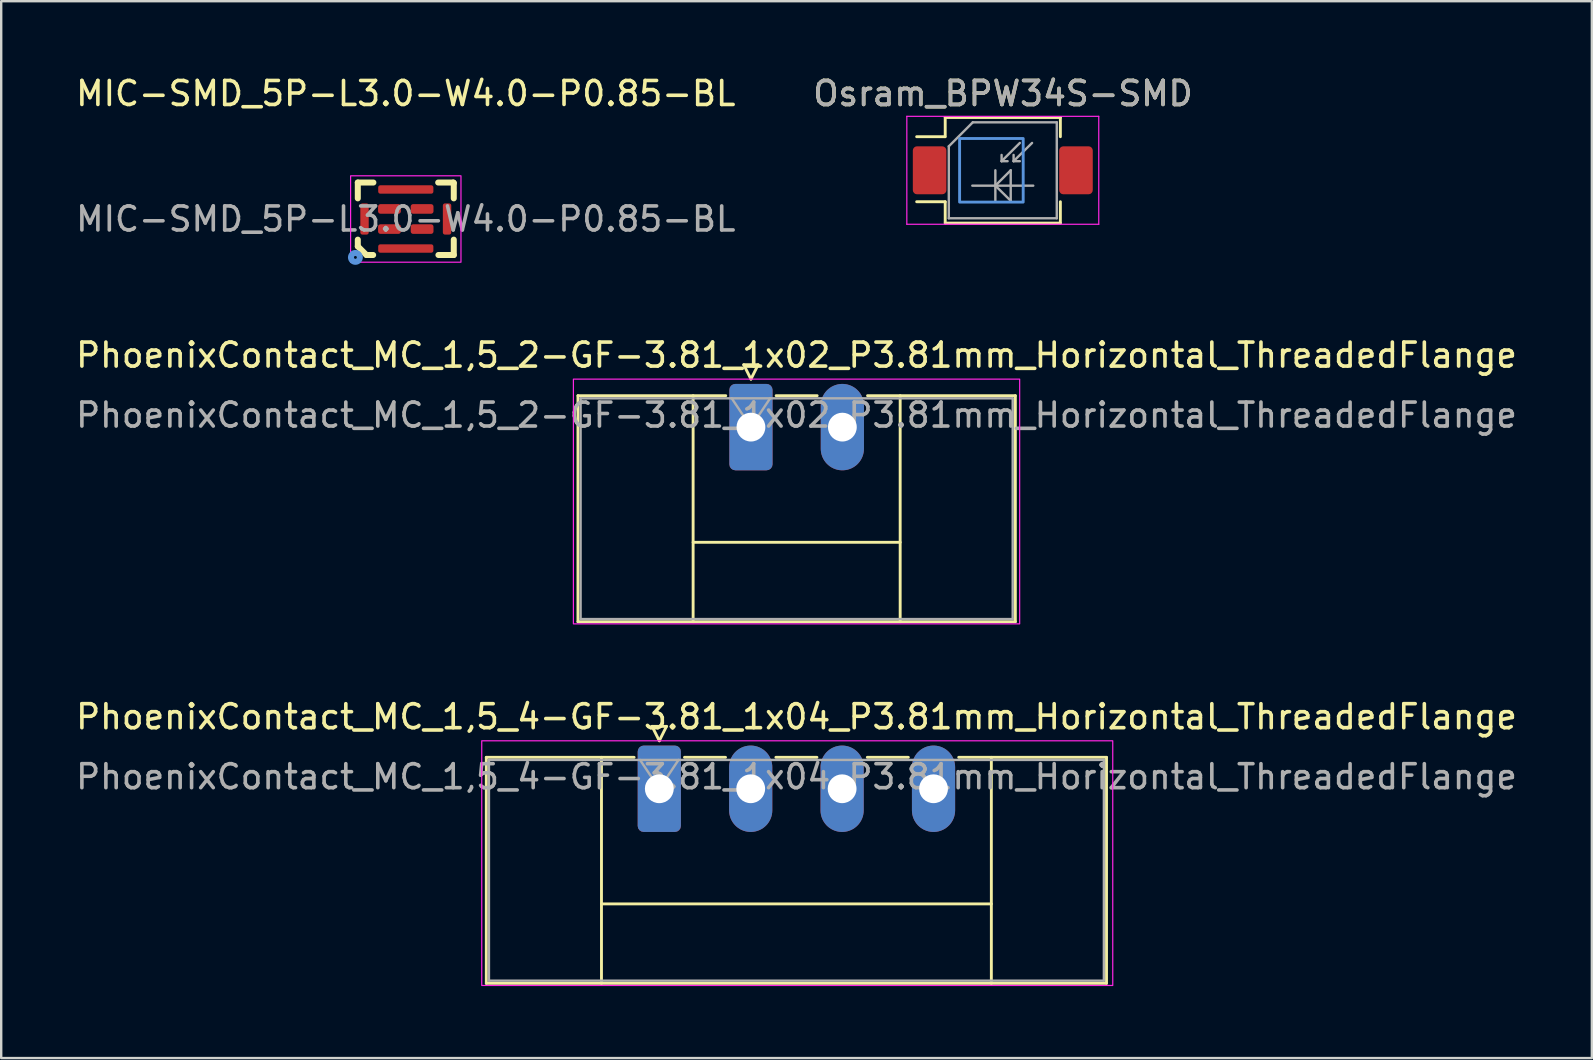
<source format=kicad_pcb>
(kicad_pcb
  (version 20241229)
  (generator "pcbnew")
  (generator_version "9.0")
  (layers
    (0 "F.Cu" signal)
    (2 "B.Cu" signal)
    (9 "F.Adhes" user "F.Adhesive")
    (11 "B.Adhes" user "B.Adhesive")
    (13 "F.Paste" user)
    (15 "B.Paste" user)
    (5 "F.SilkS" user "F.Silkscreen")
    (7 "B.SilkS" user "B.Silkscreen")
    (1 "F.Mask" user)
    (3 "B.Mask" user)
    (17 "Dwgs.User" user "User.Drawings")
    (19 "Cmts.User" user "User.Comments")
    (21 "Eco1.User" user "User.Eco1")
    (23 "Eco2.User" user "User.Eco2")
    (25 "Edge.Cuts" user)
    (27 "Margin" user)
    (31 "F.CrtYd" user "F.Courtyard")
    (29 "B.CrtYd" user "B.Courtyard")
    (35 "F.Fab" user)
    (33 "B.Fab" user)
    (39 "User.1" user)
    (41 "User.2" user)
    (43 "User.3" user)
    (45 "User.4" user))
  (footprint "MIC-SMD_5P-L3.0-W4.0-P0.85-BL"
    (layer "F.Cu")
    (at 13.863 6.078)
    (property "Reference" "MIC-SMD_5P-L3.0-W4.0-P0.85-BL" (at 0 -5.23 0) (layer "F.SilkS") (effects (font (size 1 1) (thickness 0.15))))
    (attr smd)
    (fp_line (start -2 -1.52) (end -2 -0.86) (stroke (width 0.25) (type solid)) (layer "F.SilkS"))
    (fp_line (start -2 -1.52) (end -1.35 -1.52) (stroke (width 0.25) (type solid)) (layer "F.SilkS"))
    (fp_line (start -2 0.86) (end -2 1.14) (stroke (width 0.25) (type solid)) (layer "F.SilkS"))
    (fp_line (start -2 1.14) (end -1.64 1.5) (stroke (width 0.25) (type solid)) (layer "F.SilkS"))
    (fp_line (start -1.64 1.5) (end -1.36 1.5) (stroke (width 0.25) (type solid)) (layer "F.SilkS"))
    (fp_line (start 1.35 -1.52) (end 1.98 -1.52) (stroke (width 0.25) (type solid)) (layer "F.SilkS"))
    (fp_line (start 1.36 1.5) (end 2 1.5) (stroke (width 0.25) (type solid)) (layer "F.SilkS"))
    (fp_line (start 1.98 -1.52) (end 2 -1.5) (stroke (width 0.25) (type solid)) (layer "F.SilkS"))
    (fp_line (start 2 -1.5) (end 2 -0.86) (stroke (width 0.25) (type solid)) (layer "F.SilkS"))
    (fp_line (start 2 0.86) (end 2 1.5) (stroke (width 0.25) (type solid)) (layer "F.SilkS"))
    (fp_circle (center -2.1 1.6) (end -2.04 1.6) (stroke (width 0.25) (type solid)) (fill no) (layer "Cmts.User"))
    (fp_rect (start -2.3 -1.8) (end 2.3 1.8) (stroke (width 0.05) (type default)) (fill no) (layer "F.CrtYd"))
    (fp_circle (center -2 1.5) (end -1.97 1.5) (stroke (width 0.06) (type solid)) (fill no) (layer "F.Fab"))
    (fp_text user "${REFERENCE}" (at 0 0 0) (layer "F.Fab") (effects (font (size 1 1) (thickness 0.15))))
    (pad "1" smd roundrect (at -0.68 0.42 90) (size 0.4 0.95) (layers "F.Cu" "F.Mask" "F.Paste") (roundrect_rratio 0.25))
    (pad "2" smd roundrect (at 0.68 0.42 90) (size 0.4 0.95) (layers "F.Cu" "F.Mask" "F.Paste") (roundrect_rratio 0.25))
    (pad "3" smd roundrect (at 0.68 -0.42 90) (size 0.4 0.95) (layers "F.Cu" "F.Mask" "F.Paste") (roundrect_rratio 0.25))
    (pad "4" smd roundrect (at -0.68 -0.42 90) (size 0.4 0.95) (layers "F.Cu" "F.Mask" "F.Paste") (roundrect_rratio 0.25))
    (pad "5" smd roundrect (at -1.72 0 180) (size 0.35 1.3) (layers "F.Cu" "F.Mask" "F.Paste") (roundrect_rratio 0.25))
    (pad "5" smd roundrect (at 0 -1.23 270) (size 0.35 2.3) (layers "F.Cu" "F.Mask" "F.Paste") (roundrect_rratio 0.25))
    (pad "5" smd roundrect (at 0 1.23 270) (size 0.35 2.3) (layers "F.Cu" "F.Mask" "F.Paste") (roundrect_rratio 0.25))
    (pad "5" smd roundrect (at 1.72 0 180) (size 0.35 1.3) (layers "F.Cu" "F.Mask" "F.Paste") (roundrect_rratio 0.25)))
  (footprint "PhoenixContact_MC_1,5_4-GF-3.81_1x04_P3.81mm_Horizontal_ThreadedFlange"
    (layer "F.Cu")
    (at 24.429 29.825)
    (property "Reference" "PhoenixContact_MC_1,5_4-GF-3.81_1x04_P3.81mm_Horizontal_ThreadedFlange" (at 5.72 -3 0) (layer "F.SilkS") (effects (font (size 1 1) (thickness 0.15))))
    (attr through_hole)
    (fp_line (start -7.21 -1.31) (end -7.21 8.11) (stroke (width 0.12) (type solid)) (layer "F.SilkS"))
    (fp_line (start -7.21 -1.31) (end -1.05 -1.31) (stroke (width 0.12) (type solid)) (layer "F.SilkS"))
    (fp_line (start -7.21 8.11) (end 18.64 8.11) (stroke (width 0.12) (type solid)) (layer "F.SilkS"))
    (fp_line (start -2.41 -1.31) (end -2.41 8.11) (stroke (width 0.12) (type solid)) (layer "F.SilkS"))
    (fp_line (start -2.41 4.8) (end 13.84 4.8) (stroke (width 0.12) (type solid)) (layer "F.SilkS"))
    (fp_line (start -0.3 -2.6) (end 0.3 -2.6) (stroke (width 0.12) (type solid)) (layer "F.SilkS"))
    (fp_line (start 0 -2) (end -0.3 -2.6) (stroke (width 0.12) (type solid)) (layer "F.SilkS"))
    (fp_line (start 0.3 -2.6) (end 0 -2) (stroke (width 0.12) (type solid)) (layer "F.SilkS"))
    (fp_line (start 1.05 -1.31) (end 2.76 -1.31) (stroke (width 0.12) (type solid)) (layer "F.SilkS"))
    (fp_line (start 4.86 -1.31) (end 6.57 -1.31) (stroke (width 0.12) (type solid)) (layer "F.SilkS"))
    (fp_line (start 8.67 -1.31) (end 10.38 -1.31) (stroke (width 0.12) (type solid)) (layer "F.SilkS"))
    (fp_line (start 13.84 -1.31) (end 13.84 8.11) (stroke (width 0.12) (type solid)) (layer "F.SilkS"))
    (fp_line (start 18.64 -1.31) (end 12.48 -1.31) (stroke (width 0.12) (type solid)) (layer "F.SilkS"))
    (fp_line (start 18.64 8.11) (end 18.64 -1.31) (stroke (width 0.12) (type solid)) (layer "F.SilkS"))
    (fp_rect (start -7.4 -2) (end 18.9 8.2) (stroke (width 0.05) (type default)) (fill no) (layer "F.CrtYd"))
    (fp_line (start -7.1 -1.2) (end -7.1 8) (stroke (width 0.1) (type solid)) (layer "F.Fab"))
    (fp_line (start -7.1 8) (end 18.53 8) (stroke (width 0.1) (type solid)) (layer "F.Fab"))
    (fp_line (start 0 0) (end -0.8 -1.2) (stroke (width 0.1) (type solid)) (layer "F.Fab"))
    (fp_line (start 0.8 -1.2) (end 0 0) (stroke (width 0.1) (type solid)) (layer "F.Fab"))
    (fp_line (start 18.53 -1.2) (end -7.1 -1.2) (stroke (width 0.1) (type solid)) (layer "F.Fab"))
    (fp_line (start 18.53 8) (end 18.53 -1.2) (stroke (width 0.1) (type solid)) (layer "F.Fab"))
    (fp_text user "${REFERENCE}" (at 5.72 -0.5 0) (layer "F.Fab") (effects (font (size 1 1) (thickness 0.15))))
    (pad "1" thru_hole roundrect (at 0 0) (size 1.8 3.6) (drill 1.2) (layers "*.Cu" "*.Mask") (roundrect_rratio 0.139))
    (pad "2" thru_hole oval (at 3.81 0) (size 1.8 3.6) (drill 1.2) (layers "*.Cu" "*.Mask"))
    (pad "3" thru_hole oval (at 7.62 0) (size 1.8 3.6) (drill 1.2) (layers "*.Cu" "*.Mask"))
    (pad "4" thru_hole oval (at 11.43 0) (size 1.8 3.6) (drill 1.2) (layers "*.Cu" "*.Mask")))
  (footprint "PhoenixContact_MC_1,5_2-GF-3.81_1x02_P3.81mm_Horizontal_ThreadedFlange"
    (layer "F.Cu")
    (at 28.249 14.752)
    (property "Reference" "PhoenixContact_MC_1,5_2-GF-3.81_1x02_P3.81mm_Horizontal_ThreadedFlange" (at 1.9 -3 0) (layer "F.SilkS") (effects (font (size 1 1) (thickness 0.15))))
    (attr through_hole)
    (fp_line (start -7.21 -1.31) (end -7.21 8.11) (stroke (width 0.12) (type solid)) (layer "F.SilkS"))
    (fp_line (start -7.21 -1.31) (end -1.05 -1.31) (stroke (width 0.12) (type solid)) (layer "F.SilkS"))
    (fp_line (start -7.21 8.11) (end 11.02 8.11) (stroke (width 0.12) (type solid)) (layer "F.SilkS"))
    (fp_line (start -2.41 -1.31) (end -2.41 8.11) (stroke (width 0.12) (type solid)) (layer "F.SilkS"))
    (fp_line (start -2.41 4.8) (end 6.22 4.8) (stroke (width 0.12) (type solid)) (layer "F.SilkS"))
    (fp_line (start -0.3 -2.6) (end 0.3 -2.6) (stroke (width 0.12) (type solid)) (layer "F.SilkS"))
    (fp_line (start 0 -2) (end -0.3 -2.6) (stroke (width 0.12) (type solid)) (layer "F.SilkS"))
    (fp_line (start 0.3 -2.6) (end 0 -2) (stroke (width 0.12) (type solid)) (layer "F.SilkS"))
    (fp_line (start 1.05 -1.31) (end 2.76 -1.31) (stroke (width 0.12) (type solid)) (layer "F.SilkS"))
    (fp_line (start 6.22 -1.31) (end 6.22 8.11) (stroke (width 0.12) (type solid)) (layer "F.SilkS"))
    (fp_line (start 11.02 -1.31) (end 4.86 -1.31) (stroke (width 0.12) (type solid)) (layer "F.SilkS"))
    (fp_line (start 11.02 8.11) (end 11.02 -1.31) (stroke (width 0.12) (type solid)) (layer "F.SilkS"))
    (fp_rect (start -7.4 -2) (end 11.2 8.2) (stroke (width 0.05) (type default)) (fill no) (layer "F.CrtYd"))
    (fp_line (start -7.1 -1.2) (end -7.1 8) (stroke (width 0.1) (type solid)) (layer "F.Fab"))
    (fp_line (start -7.1 8) (end 10.91 8) (stroke (width 0.1) (type solid)) (layer "F.Fab"))
    (fp_line (start 0 0) (end -0.8 -1.2) (stroke (width 0.1) (type solid)) (layer "F.Fab"))
    (fp_line (start 0.8 -1.2) (end 0 0) (stroke (width 0.1) (type solid)) (layer "F.Fab"))
    (fp_line (start 10.91 -1.2) (end -7.1 -1.2) (stroke (width 0.1) (type solid)) (layer "F.Fab"))
    (fp_line (start 10.91 8) (end 10.91 -1.2) (stroke (width 0.1) (type solid)) (layer "F.Fab"))
    (fp_text user "${REFERENCE}" (at 1.9 -0.5 0) (layer "F.Fab") (effects (font (size 1 1) (thickness 0.15))))
    (pad "1" thru_hole roundrect (at 0 0) (size 1.8 3.6) (drill 1.2) (layers "*.Cu" "*.Mask") (roundrect_rratio 0.139))
    (pad "2" thru_hole oval (at 3.81 0) (size 1.8 3.6) (drill 1.2) (layers "*.Cu" "*.Mask")))
  (footprint "Osram_BPW34S-SMD"
    (layer "F.Cu")
    (at 38.746 4.048)
    (property "Reference" "Osram_BPW34S-SMD" (at 0.01 -3.2 0) (layer "F.SilkS") (effects (font (size 1 1) (thickness 0.15))))
    (attr smd)
    (fp_line (start -3.59 1.31) (end -2.4 1.31) (stroke (width 0.12) (type solid)) (layer "F.SilkS"))
    (fp_line (start -2.41 -1.4) (end -3.59 -1.4) (stroke (width 0.12) (type solid)) (layer "F.SilkS"))
    (fp_line (start -2.4 -2.2) (end -2.4 -1.4) (stroke (width 0.12) (type solid)) (layer "F.SilkS"))
    (fp_line (start -2.4 1.31) (end -2.4 2.2) (stroke (width 0.12) (type solid)) (layer "F.SilkS"))
    (fp_line (start -2.4 2.2) (end 2.4 2.2) (stroke (width 0.12) (type solid)) (layer "F.SilkS"))
    (fp_line (start 2.4 -2.2) (end -2.4 -2.2) (stroke (width 0.12) (type solid)) (layer "F.SilkS"))
    (fp_line (start 2.4 -1.4) (end 2.4 -2.2) (stroke (width 0.12) (type solid)) (layer "F.SilkS"))
    (fp_line (start 2.4 2.2) (end 2.4 1.31) (stroke (width 0.12) (type solid)) (layer "F.SilkS"))
    (fp_rect (start -1.8 -1.325) (end 0.85 1.325) (stroke (width 0.12) (type solid)) (fill no) (layer "Cmts.User"))
    (fp_line (start -4 -2.25) (end -4 2.25) (stroke (width 0.05) (type solid)) (layer "F.CrtYd"))
    (fp_line (start -4 -2.25) (end 4 -2.25) (stroke (width 0.05) (type solid)) (layer "F.CrtYd"))
    (fp_line (start 4 2.25) (end -4 2.25) (stroke (width 0.05) (type solid)) (layer "F.CrtYd"))
    (fp_line (start 4 2.25) (end 4 -2.25) (stroke (width 0.05) (type solid)) (layer "F.CrtYd"))
    (fp_line (start -2.25 -1) (end -2.25 2) (stroke (width 0.1) (type solid)) (layer "F.Fab"))
    (fp_line (start -2.25 -1) (end -1.25 -2) (stroke (width 0.1) (type solid)) (layer "F.Fab"))
    (fp_line (start -1.27 0.64) (end 1.27 0.64) (stroke (width 0.1) (type solid)) (layer "F.Fab"))
    (fp_line (start -1.25 -2) (end 2.25 -2) (stroke (width 0.1) (type solid)) (layer "F.Fab"))
    (fp_line (start -0.31 0) (end -0.31 1.27) (stroke (width 0.1) (type solid)) (layer "F.Fab"))
    (fp_line (start -0.31 0.64) (end 0.33 0) (stroke (width 0.1) (type solid)) (layer "F.Fab"))
    (fp_line (start -0.05 -0.38) (end -0.05 -0.64) (stroke (width 0.1) (type solid)) (layer "F.Fab"))
    (fp_line (start -0.05 -0.38) (end 0.2 -0.38) (stroke (width 0.1) (type solid)) (layer "F.Fab"))
    (fp_line (start 0.33 0) (end 0.33 1.27) (stroke (width 0.1) (type solid)) (layer "F.Fab"))
    (fp_line (start 0.33 1.27) (end -0.31 0.64) (stroke (width 0.1) (type solid)) (layer "F.Fab"))
    (fp_line (start 0.45 -0.38) (end 0.45 -0.64) (stroke (width 0.1) (type solid)) (layer "F.Fab"))
    (fp_line (start 0.45 -0.38) (end 0.71 -0.38) (stroke (width 0.1) (type solid)) (layer "F.Fab"))
    (fp_line (start 0.71 -1.14) (end -0.05 -0.38) (stroke (width 0.1) (type solid)) (layer "F.Fab"))
    (fp_line (start 1.22 -1.14) (end 0.45 -0.38) (stroke (width 0.1) (type solid)) (layer "F.Fab"))
    (fp_line (start 2.25 -2) (end 2.25 2) (stroke (width 0.1) (type solid)) (layer "F.Fab"))
    (fp_line (start 2.25 2) (end -2.25 2) (stroke (width 0.1) (type solid)) (layer "F.Fab"))
    (fp_text user "${REFERENCE}" (at 0.01 -3.2 0) (layer "F.Fab") (effects (font (size 1 1) (thickness 0.15))))
    (pad "1" smd roundrect (at -3.05 0 180) (size 1.4 2) (layers "F.Cu" "F.Mask" "F.Paste") (roundrect_rratio 0.125))
    (pad "2" smd roundrect (at 3.05 0 180) (size 1.4 2) (layers "F.Cu" "F.Mask" "F.Paste") (roundrect_rratio 0.125)))
  (gr_rect
    (start -3 -3)
    (end 63.298 41.05)
    (stroke (width 0.1) (type default))
    (fill no)
    (layer "Edge.Cuts")))
</source>
